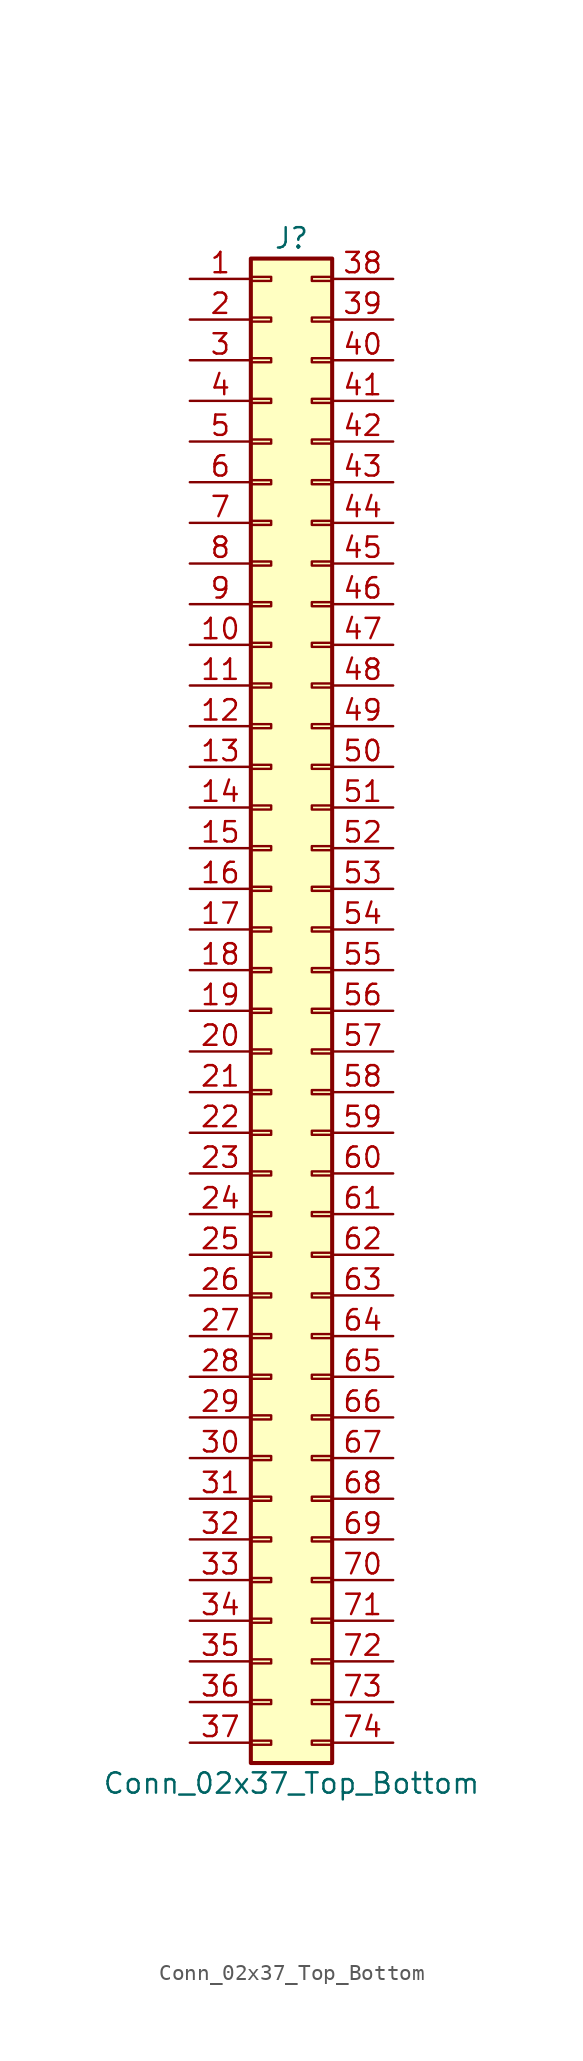
<source format=kicad_sym>
(kicad_symbol_lib
  (version 20220914)
  (generator kicad_symbol_editor)
  (symbol "Conn_02x37_Top_Bottom"
    (pin_names
      (offset 1.016) hide)
    (property "Reference" "J"
      (at 1.27 48.26 0)
      (effects (font (size 1.27 1.27))))
    (property "Value" "Conn_02x37_Top_Bottom"
      (at 1.27 -48.26 0)
      (effects (font (size 1.27 1.27))))
    (symbol "Conn_02x37_Top_Bottom_1_1"
      (rectangle (start -1.27 -45.593) (end 0 -45.847) (stroke (width 0.152) (type solid)) (fill (type none)))
      (rectangle (start -1.27 -43.053) (end 0 -43.307) (stroke (width 0.152) (type solid)) (fill (type none)))
      (rectangle (start -1.27 -40.513) (end 0 -40.767) (stroke (width 0.152) (type solid)) (fill (type none)))
      (rectangle (start -1.27 -37.973) (end 0 -38.227) (stroke (width 0.152) (type solid)) (fill (type none)))
      (rectangle (start -1.27 -35.433) (end 0 -35.687) (stroke (width 0.152) (type solid)) (fill (type none)))
      (rectangle (start -1.27 -32.893) (end 0 -33.147) (stroke (width 0.152) (type solid)) (fill (type none)))
      (rectangle (start -1.27 -30.353) (end 0 -30.607) (stroke (width 0.152) (type solid)) (fill (type none)))
      (rectangle (start -1.27 -27.813) (end 0 -28.067) (stroke (width 0.152) (type solid)) (fill (type none)))
      (rectangle (start -1.27 -25.273) (end 0 -25.527) (stroke (width 0.152) (type solid)) (fill (type none)))
      (rectangle (start -1.27 -22.733) (end 0 -22.987) (stroke (width 0.152) (type solid)) (fill (type none)))
      (rectangle (start -1.27 -20.193) (end 0 -20.447) (stroke (width 0.152) (type solid)) (fill (type none)))
      (rectangle (start -1.27 -17.653) (end 0 -17.907) (stroke (width 0.152) (type solid)) (fill (type none)))
      (rectangle (start -1.27 -15.113) (end 0 -15.367) (stroke (width 0.152) (type solid)) (fill (type none)))
      (rectangle (start -1.27 -12.573) (end 0 -12.827) (stroke (width 0.152) (type solid)) (fill (type none)))
      (rectangle (start -1.27 -10.033) (end 0 -10.287) (stroke (width 0.152) (type solid)) (fill (type none)))
      (rectangle (start -1.27 -7.493) (end 0 -7.747) (stroke (width 0.152) (type solid)) (fill (type none)))
      (rectangle (start -1.27 -4.953) (end 0 -5.207) (stroke (width 0.152) (type solid)) (fill (type none)))
      (rectangle (start -1.27 -2.413) (end 0 -2.667) (stroke (width 0.152) (type solid)) (fill (type none)))
      (rectangle (start -1.27 0.127) (end 0 -0.127) (stroke (width 0.152) (type solid)) (fill (type none)))
      (rectangle (start -1.27 2.667) (end 0 2.413) (stroke (width 0.152) (type solid)) (fill (type none)))
      (rectangle (start -1.27 5.207) (end 0 4.953) (stroke (width 0.152) (type solid)) (fill (type none)))
      (rectangle (start -1.27 7.747) (end 0 7.493) (stroke (width 0.152) (type solid)) (fill (type none)))
      (rectangle (start -1.27 10.287) (end 0 10.033) (stroke (width 0.152) (type solid)) (fill (type none)))
      (rectangle (start -1.27 12.827) (end 0 12.573) (stroke (width 0.152) (type solid)) (fill (type none)))
      (rectangle (start -1.27 15.367) (end 0 15.113) (stroke (width 0.152) (type solid)) (fill (type none)))
      (rectangle (start -1.27 17.907) (end 0 17.653) (stroke (width 0.152) (type solid)) (fill (type none)))
      (rectangle (start -1.27 20.447) (end 0 20.193) (stroke (width 0.152) (type solid)) (fill (type none)))
      (rectangle (start -1.27 22.987) (end 0 22.733) (stroke (width 0.152) (type solid)) (fill (type none)))
      (rectangle (start -1.27 25.527) (end 0 25.273) (stroke (width 0.152) (type solid)) (fill (type none)))
      (rectangle (start -1.27 28.067) (end 0 27.813) (stroke (width 0.152) (type solid)) (fill (type none)))
      (rectangle (start -1.27 30.607) (end 0 30.353) (stroke (width 0.152) (type solid)) (fill (type none)))
      (rectangle (start -1.27 33.147) (end 0 32.893) (stroke (width 0.152) (type solid)) (fill (type none)))
      (rectangle (start -1.27 35.687) (end 0 35.433) (stroke (width 0.152) (type solid)) (fill (type none)))
      (rectangle (start -1.27 38.227) (end 0 37.973) (stroke (width 0.152) (type solid)) (fill (type none)))
      (rectangle (start -1.27 40.767) (end 0 40.513) (stroke (width 0.152) (type solid)) (fill (type none)))
      (rectangle (start -1.27 43.307) (end 0 43.053) (stroke (width 0.152) (type solid)) (fill (type none)))
      (rectangle (start -1.27 45.847) (end 0 45.593) (stroke (width 0.152) (type solid)) (fill (type none)))
      (rectangle (start -1.27 46.99) (end 3.81 -46.99) (stroke (width 0.254) (type solid)) (fill (type background)))
      (rectangle (start 3.81 -45.593) (end 2.54 -45.847) (stroke (width 0.152) (type solid)) (fill (type none)))
      (rectangle (start 3.81 -43.053) (end 2.54 -43.307) (stroke (width 0.152) (type solid)) (fill (type none)))
      (rectangle (start 3.81 -40.513) (end 2.54 -40.767) (stroke (width 0.152) (type solid)) (fill (type none)))
      (rectangle (start 3.81 -37.973) (end 2.54 -38.227) (stroke (width 0.152) (type solid)) (fill (type none)))
      (rectangle (start 3.81 -35.433) (end 2.54 -35.687) (stroke (width 0.152) (type solid)) (fill (type none)))
      (rectangle (start 3.81 -32.893) (end 2.54 -33.147) (stroke (width 0.152) (type solid)) (fill (type none)))
      (rectangle (start 3.81 -30.353) (end 2.54 -30.607) (stroke (width 0.152) (type solid)) (fill (type none)))
      (rectangle (start 3.81 -27.813) (end 2.54 -28.067) (stroke (width 0.152) (type solid)) (fill (type none)))
      (rectangle (start 3.81 -25.273) (end 2.54 -25.527) (stroke (width 0.152) (type solid)) (fill (type none)))
      (rectangle (start 3.81 -22.733) (end 2.54 -22.987) (stroke (width 0.152) (type solid)) (fill (type none)))
      (rectangle (start 3.81 -20.193) (end 2.54 -20.447) (stroke (width 0.152) (type solid)) (fill (type none)))
      (rectangle (start 3.81 -17.653) (end 2.54 -17.907) (stroke (width 0.152) (type solid)) (fill (type none)))
      (rectangle (start 3.81 -15.113) (end 2.54 -15.367) (stroke (width 0.152) (type solid)) (fill (type none)))
      (rectangle (start 3.81 -12.573) (end 2.54 -12.827) (stroke (width 0.152) (type solid)) (fill (type none)))
      (rectangle (start 3.81 -10.033) (end 2.54 -10.287) (stroke (width 0.152) (type solid)) (fill (type none)))
      (rectangle (start 3.81 -7.493) (end 2.54 -7.747) (stroke (width 0.152) (type solid)) (fill (type none)))
      (rectangle (start 3.81 -4.953) (end 2.54 -5.207) (stroke (width 0.152) (type solid)) (fill (type none)))
      (rectangle (start 3.81 -2.413) (end 2.54 -2.667) (stroke (width 0.152) (type solid)) (fill (type none)))
      (rectangle (start 3.81 0.127) (end 2.54 -0.127) (stroke (width 0.152) (type solid)) (fill (type none)))
      (rectangle (start 3.81 2.667) (end 2.54 2.413) (stroke (width 0.152) (type solid)) (fill (type none)))
      (rectangle (start 3.81 5.207) (end 2.54 4.953) (stroke (width 0.152) (type solid)) (fill (type none)))
      (rectangle (start 3.81 7.747) (end 2.54 7.493) (stroke (width 0.152) (type solid)) (fill (type none)))
      (rectangle (start 3.81 10.287) (end 2.54 10.033) (stroke (width 0.152) (type solid)) (fill (type none)))
      (rectangle (start 3.81 12.827) (end 2.54 12.573) (stroke (width 0.152) (type solid)) (fill (type none)))
      (rectangle (start 3.81 15.367) (end 2.54 15.113) (stroke (width 0.152) (type solid)) (fill (type none)))
      (rectangle (start 3.81 17.907) (end 2.54 17.653) (stroke (width 0.152) (type solid)) (fill (type none)))
      (rectangle (start 3.81 20.447) (end 2.54 20.193) (stroke (width 0.152) (type solid)) (fill (type none)))
      (rectangle (start 3.81 22.987) (end 2.54 22.733) (stroke (width 0.152) (type solid)) (fill (type none)))
      (rectangle (start 3.81 25.527) (end 2.54 25.273) (stroke (width 0.152) (type solid)) (fill (type none)))
      (rectangle (start 3.81 28.067) (end 2.54 27.813) (stroke (width 0.152) (type solid)) (fill (type none)))
      (rectangle (start 3.81 30.607) (end 2.54 30.353) (stroke (width 0.152) (type solid)) (fill (type none)))
      (rectangle (start 3.81 33.147) (end 2.54 32.893) (stroke (width 0.152) (type solid)) (fill (type none)))
      (rectangle (start 3.81 35.687) (end 2.54 35.433) (stroke (width 0.152) (type solid)) (fill (type none)))
      (rectangle (start 3.81 38.227) (end 2.54 37.973) (stroke (width 0.152) (type solid)) (fill (type none)))
      (rectangle (start 3.81 40.767) (end 2.54 40.513) (stroke (width 0.152) (type solid)) (fill (type none)))
      (rectangle (start 3.81 43.307) (end 2.54 43.053) (stroke (width 0.152) (type solid)) (fill (type none)))
      (rectangle (start 3.81 45.847) (end 2.54 45.593) (stroke (width 0.152) (type solid)) (fill (type none)))
      (pin passive line (at -5.08 45.72 0) (length 3.81) (name "Pin_1" (effects (font (size 1.27 1.27)))) (number "1" (effects (font (size 1.27 1.27)))))
      (pin passive line (at -5.08 22.86 0) (length 3.81) (name "Pin_10" (effects (font (size 1.27 1.27)))) (number "10" (effects (font (size 1.27 1.27)))))
      (pin passive line (at -5.08 20.32 0) (length 3.81) (name "Pin_11" (effects (font (size 1.27 1.27)))) (number "11" (effects (font (size 1.27 1.27)))))
      (pin passive line (at -5.08 17.78 0) (length 3.81) (name "Pin_12" (effects (font (size 1.27 1.27)))) (number "12" (effects (font (size 1.27 1.27)))))
      (pin passive line (at -5.08 15.24 0) (length 3.81) (name "Pin_13" (effects (font (size 1.27 1.27)))) (number "13" (effects (font (size 1.27 1.27)))))
      (pin passive line (at -5.08 12.7 0) (length 3.81) (name "Pin_14" (effects (font (size 1.27 1.27)))) (number "14" (effects (font (size 1.27 1.27)))))
      (pin passive line (at -5.08 10.16 0) (length 3.81) (name "Pin_15" (effects (font (size 1.27 1.27)))) (number "15" (effects (font (size 1.27 1.27)))))
      (pin passive line (at -5.08 7.62 0) (length 3.81) (name "Pin_16" (effects (font (size 1.27 1.27)))) (number "16" (effects (font (size 1.27 1.27)))))
      (pin passive line (at -5.08 5.08 0) (length 3.81) (name "Pin_17" (effects (font (size 1.27 1.27)))) (number "17" (effects (font (size 1.27 1.27)))))
      (pin passive line (at -5.08 2.54 0) (length 3.81) (name "Pin_18" (effects (font (size 1.27 1.27)))) (number "18" (effects (font (size 1.27 1.27)))))
      (pin passive line (at -5.08 0 0) (length 3.81) (name "Pin_19" (effects (font (size 1.27 1.27)))) (number "19" (effects (font (size 1.27 1.27)))))
      (pin passive line (at -5.08 43.18 0) (length 3.81) (name "Pin_2" (effects (font (size 1.27 1.27)))) (number "2" (effects (font (size 1.27 1.27)))))
      (pin passive line (at -5.08 -2.54 0) (length 3.81) (name "Pin_20" (effects (font (size 1.27 1.27)))) (number "20" (effects (font (size 1.27 1.27)))))
      (pin passive line (at -5.08 -5.08 0) (length 3.81) (name "Pin_21" (effects (font (size 1.27 1.27)))) (number "21" (effects (font (size 1.27 1.27)))))
      (pin passive line (at -5.08 -7.62 0) (length 3.81) (name "Pin_22" (effects (font (size 1.27 1.27)))) (number "22" (effects (font (size 1.27 1.27)))))
      (pin passive line (at -5.08 -10.16 0) (length 3.81) (name "Pin_23" (effects (font (size 1.27 1.27)))) (number "23" (effects (font (size 1.27 1.27)))))
      (pin passive line (at -5.08 -12.7 0) (length 3.81) (name "Pin_24" (effects (font (size 1.27 1.27)))) (number "24" (effects (font (size 1.27 1.27)))))
      (pin passive line (at -5.08 -15.24 0) (length 3.81) (name "Pin_25" (effects (font (size 1.27 1.27)))) (number "25" (effects (font (size 1.27 1.27)))))
      (pin passive line (at -5.08 -17.78 0) (length 3.81) (name "Pin_26" (effects (font (size 1.27 1.27)))) (number "26" (effects (font (size 1.27 1.27)))))
      (pin passive line (at -5.08 -20.32 0) (length 3.81) (name "Pin_27" (effects (font (size 1.27 1.27)))) (number "27" (effects (font (size 1.27 1.27)))))
      (pin passive line (at -5.08 -22.86 0) (length 3.81) (name "Pin_28" (effects (font (size 1.27 1.27)))) (number "28" (effects (font (size 1.27 1.27)))))
      (pin passive line (at -5.08 -25.4 0) (length 3.81) (name "Pin_29" (effects (font (size 1.27 1.27)))) (number "29" (effects (font (size 1.27 1.27)))))
      (pin passive line (at -5.08 40.64 0) (length 3.81) (name "Pin_3" (effects (font (size 1.27 1.27)))) (number "3" (effects (font (size 1.27 1.27)))))
      (pin passive line (at -5.08 -27.94 0) (length 3.81) (name "Pin_30" (effects (font (size 1.27 1.27)))) (number "30" (effects (font (size 1.27 1.27)))))
      (pin passive line (at -5.08 -30.48 0) (length 3.81) (name "Pin_31" (effects (font (size 1.27 1.27)))) (number "31" (effects (font (size 1.27 1.27)))))
      (pin passive line (at -5.08 -33.02 0) (length 3.81) (name "Pin_32" (effects (font (size 1.27 1.27)))) (number "32" (effects (font (size 1.27 1.27)))))
      (pin passive line (at -5.08 -35.56 0) (length 3.81) (name "Pin_33" (effects (font (size 1.27 1.27)))) (number "33" (effects (font (size 1.27 1.27)))))
      (pin passive line (at -5.08 -38.1 0) (length 3.81) (name "Pin_34" (effects (font (size 1.27 1.27)))) (number "34" (effects (font (size 1.27 1.27)))))
      (pin passive line (at -5.08 -40.64 0) (length 3.81) (name "Pin_35" (effects (font (size 1.27 1.27)))) (number "35" (effects (font (size 1.27 1.27)))))
      (pin passive line (at -5.08 -43.18 0) (length 3.81) (name "Pin_36" (effects (font (size 1.27 1.27)))) (number "36" (effects (font (size 1.27 1.27)))))
      (pin passive line (at -5.08 -45.72 0) (length 3.81) (name "Pin_37" (effects (font (size 1.27 1.27)))) (number "37" (effects (font (size 1.27 1.27)))))
      (pin passive line (at 7.62 45.72 180) (length 3.81) (name "Pin_38" (effects (font (size 1.27 1.27)))) (number "38" (effects (font (size 1.27 1.27)))))
      (pin passive line (at 7.62 43.18 180) (length 3.81) (name "Pin_39" (effects (font (size 1.27 1.27)))) (number "39" (effects (font (size 1.27 1.27)))))
      (pin passive line (at -5.08 38.1 0) (length 3.81) (name "Pin_4" (effects (font (size 1.27 1.27)))) (number "4" (effects (font (size 1.27 1.27)))))
      (pin passive line (at 7.62 40.64 180) (length 3.81) (name "Pin_40" (effects (font (size 1.27 1.27)))) (number "40" (effects (font (size 1.27 1.27)))))
      (pin passive line (at 7.62 38.1 180) (length 3.81) (name "Pin_41" (effects (font (size 1.27 1.27)))) (number "41" (effects (font (size 1.27 1.27)))))
      (pin passive line (at 7.62 35.56 180) (length 3.81) (name "Pin_42" (effects (font (size 1.27 1.27)))) (number "42" (effects (font (size 1.27 1.27)))))
      (pin passive line (at 7.62 33.02 180) (length 3.81) (name "Pin_43" (effects (font (size 1.27 1.27)))) (number "43" (effects (font (size 1.27 1.27)))))
      (pin passive line (at 7.62 30.48 180) (length 3.81) (name "Pin_44" (effects (font (size 1.27 1.27)))) (number "44" (effects (font (size 1.27 1.27)))))
      (pin passive line (at 7.62 27.94 180) (length 3.81) (name "Pin_45" (effects (font (size 1.27 1.27)))) (number "45" (effects (font (size 1.27 1.27)))))
      (pin passive line (at 7.62 25.4 180) (length 3.81) (name "Pin_46" (effects (font (size 1.27 1.27)))) (number "46" (effects (font (size 1.27 1.27)))))
      (pin passive line (at 7.62 22.86 180) (length 3.81) (name "Pin_47" (effects (font (size 1.27 1.27)))) (number "47" (effects (font (size 1.27 1.27)))))
      (pin passive line (at 7.62 20.32 180) (length 3.81) (name "Pin_48" (effects (font (size 1.27 1.27)))) (number "48" (effects (font (size 1.27 1.27)))))
      (pin passive line (at 7.62 17.78 180) (length 3.81) (name "Pin_49" (effects (font (size 1.27 1.27)))) (number "49" (effects (font (size 1.27 1.27)))))
      (pin passive line (at -5.08 35.56 0) (length 3.81) (name "Pin_5" (effects (font (size 1.27 1.27)))) (number "5" (effects (font (size 1.27 1.27)))))
      (pin passive line (at 7.62 15.24 180) (length 3.81) (name "Pin_50" (effects (font (size 1.27 1.27)))) (number "50" (effects (font (size 1.27 1.27)))))
      (pin passive line (at 7.62 12.7 180) (length 3.81) (name "Pin_51" (effects (font (size 1.27 1.27)))) (number "51" (effects (font (size 1.27 1.27)))))
      (pin passive line (at 7.62 10.16 180) (length 3.81) (name "Pin_52" (effects (font (size 1.27 1.27)))) (number "52" (effects (font (size 1.27 1.27)))))
      (pin passive line (at 7.62 7.62 180) (length 3.81) (name "Pin_53" (effects (font (size 1.27 1.27)))) (number "53" (effects (font (size 1.27 1.27)))))
      (pin passive line (at 7.62 5.08 180) (length 3.81) (name "Pin_54" (effects (font (size 1.27 1.27)))) (number "54" (effects (font (size 1.27 1.27)))))
      (pin passive line (at 7.62 2.54 180) (length 3.81) (name "Pin_55" (effects (font (size 1.27 1.27)))) (number "55" (effects (font (size 1.27 1.27)))))
      (pin passive line (at 7.62 0 180) (length 3.81) (name "Pin_56" (effects (font (size 1.27 1.27)))) (number "56" (effects (font (size 1.27 1.27)))))
      (pin passive line (at 7.62 -2.54 180) (length 3.81) (name "Pin_57" (effects (font (size 1.27 1.27)))) (number "57" (effects (font (size 1.27 1.27)))))
      (pin passive line (at 7.62 -5.08 180) (length 3.81) (name "Pin_58" (effects (font (size 1.27 1.27)))) (number "58" (effects (font (size 1.27 1.27)))))
      (pin passive line (at 7.62 -7.62 180) (length 3.81) (name "Pin_59" (effects (font (size 1.27 1.27)))) (number "59" (effects (font (size 1.27 1.27)))))
      (pin passive line (at -5.08 33.02 0) (length 3.81) (name "Pin_6" (effects (font (size 1.27 1.27)))) (number "6" (effects (font (size 1.27 1.27)))))
      (pin passive line (at 7.62 -10.16 180) (length 3.81) (name "Pin_60" (effects (font (size 1.27 1.27)))) (number "60" (effects (font (size 1.27 1.27)))))
      (pin passive line (at 7.62 -12.7 180) (length 3.81) (name "Pin_61" (effects (font (size 1.27 1.27)))) (number "61" (effects (font (size 1.27 1.27)))))
      (pin passive line (at 7.62 -15.24 180) (length 3.81) (name "Pin_62" (effects (font (size 1.27 1.27)))) (number "62" (effects (font (size 1.27 1.27)))))
      (pin passive line (at 7.62 -17.78 180) (length 3.81) (name "Pin_63" (effects (font (size 1.27 1.27)))) (number "63" (effects (font (size 1.27 1.27)))))
      (pin passive line (at 7.62 -20.32 180) (length 3.81) (name "Pin_64" (effects (font (size 1.27 1.27)))) (number "64" (effects (font (size 1.27 1.27)))))
      (pin passive line (at 7.62 -22.86 180) (length 3.81) (name "Pin_65" (effects (font (size 1.27 1.27)))) (number "65" (effects (font (size 1.27 1.27)))))
      (pin passive line (at 7.62 -25.4 180) (length 3.81) (name "Pin_66" (effects (font (size 1.27 1.27)))) (number "66" (effects (font (size 1.27 1.27)))))
      (pin passive line (at 7.62 -27.94 180) (length 3.81) (name "Pin_67" (effects (font (size 1.27 1.27)))) (number "67" (effects (font (size 1.27 1.27)))))
      (pin passive line (at 7.62 -30.48 180) (length 3.81) (name "Pin_68" (effects (font (size 1.27 1.27)))) (number "68" (effects (font (size 1.27 1.27)))))
      (pin passive line (at 7.62 -33.02 180) (length 3.81) (name "Pin_69" (effects (font (size 1.27 1.27)))) (number "69" (effects (font (size 1.27 1.27)))))
      (pin passive line (at -5.08 30.48 0) (length 3.81) (name "Pin_7" (effects (font (size 1.27 1.27)))) (number "7" (effects (font (size 1.27 1.27)))))
      (pin passive line (at 7.62 -35.56 180) (length 3.81) (name "Pin_70" (effects (font (size 1.27 1.27)))) (number "70" (effects (font (size 1.27 1.27)))))
      (pin passive line (at 7.62 -38.1 180) (length 3.81) (name "Pin_71" (effects (font (size 1.27 1.27)))) (number "71" (effects (font (size 1.27 1.27)))))
      (pin passive line (at 7.62 -40.64 180) (length 3.81) (name "Pin_72" (effects (font (size 1.27 1.27)))) (number "72" (effects (font (size 1.27 1.27)))))
      (pin passive line (at 7.62 -43.18 180) (length 3.81) (name "Pin_73" (effects (font (size 1.27 1.27)))) (number "73" (effects (font (size 1.27 1.27)))))
      (pin passive line (at 7.62 -45.72 180) (length 3.81) (name "Pin_74" (effects (font (size 1.27 1.27)))) (number "74" (effects (font (size 1.27 1.27)))))
      (pin passive line (at -5.08 27.94 0) (length 3.81) (name "Pin_8" (effects (font (size 1.27 1.27)))) (number "8" (effects (font (size 1.27 1.27)))))
      (pin passive line (at -5.08 25.4 0) (length 3.81) (name "Pin_9" (effects (font (size 1.27 1.27)))) (number "9" (effects (font (size 1.27 1.27))))))))
</source>
